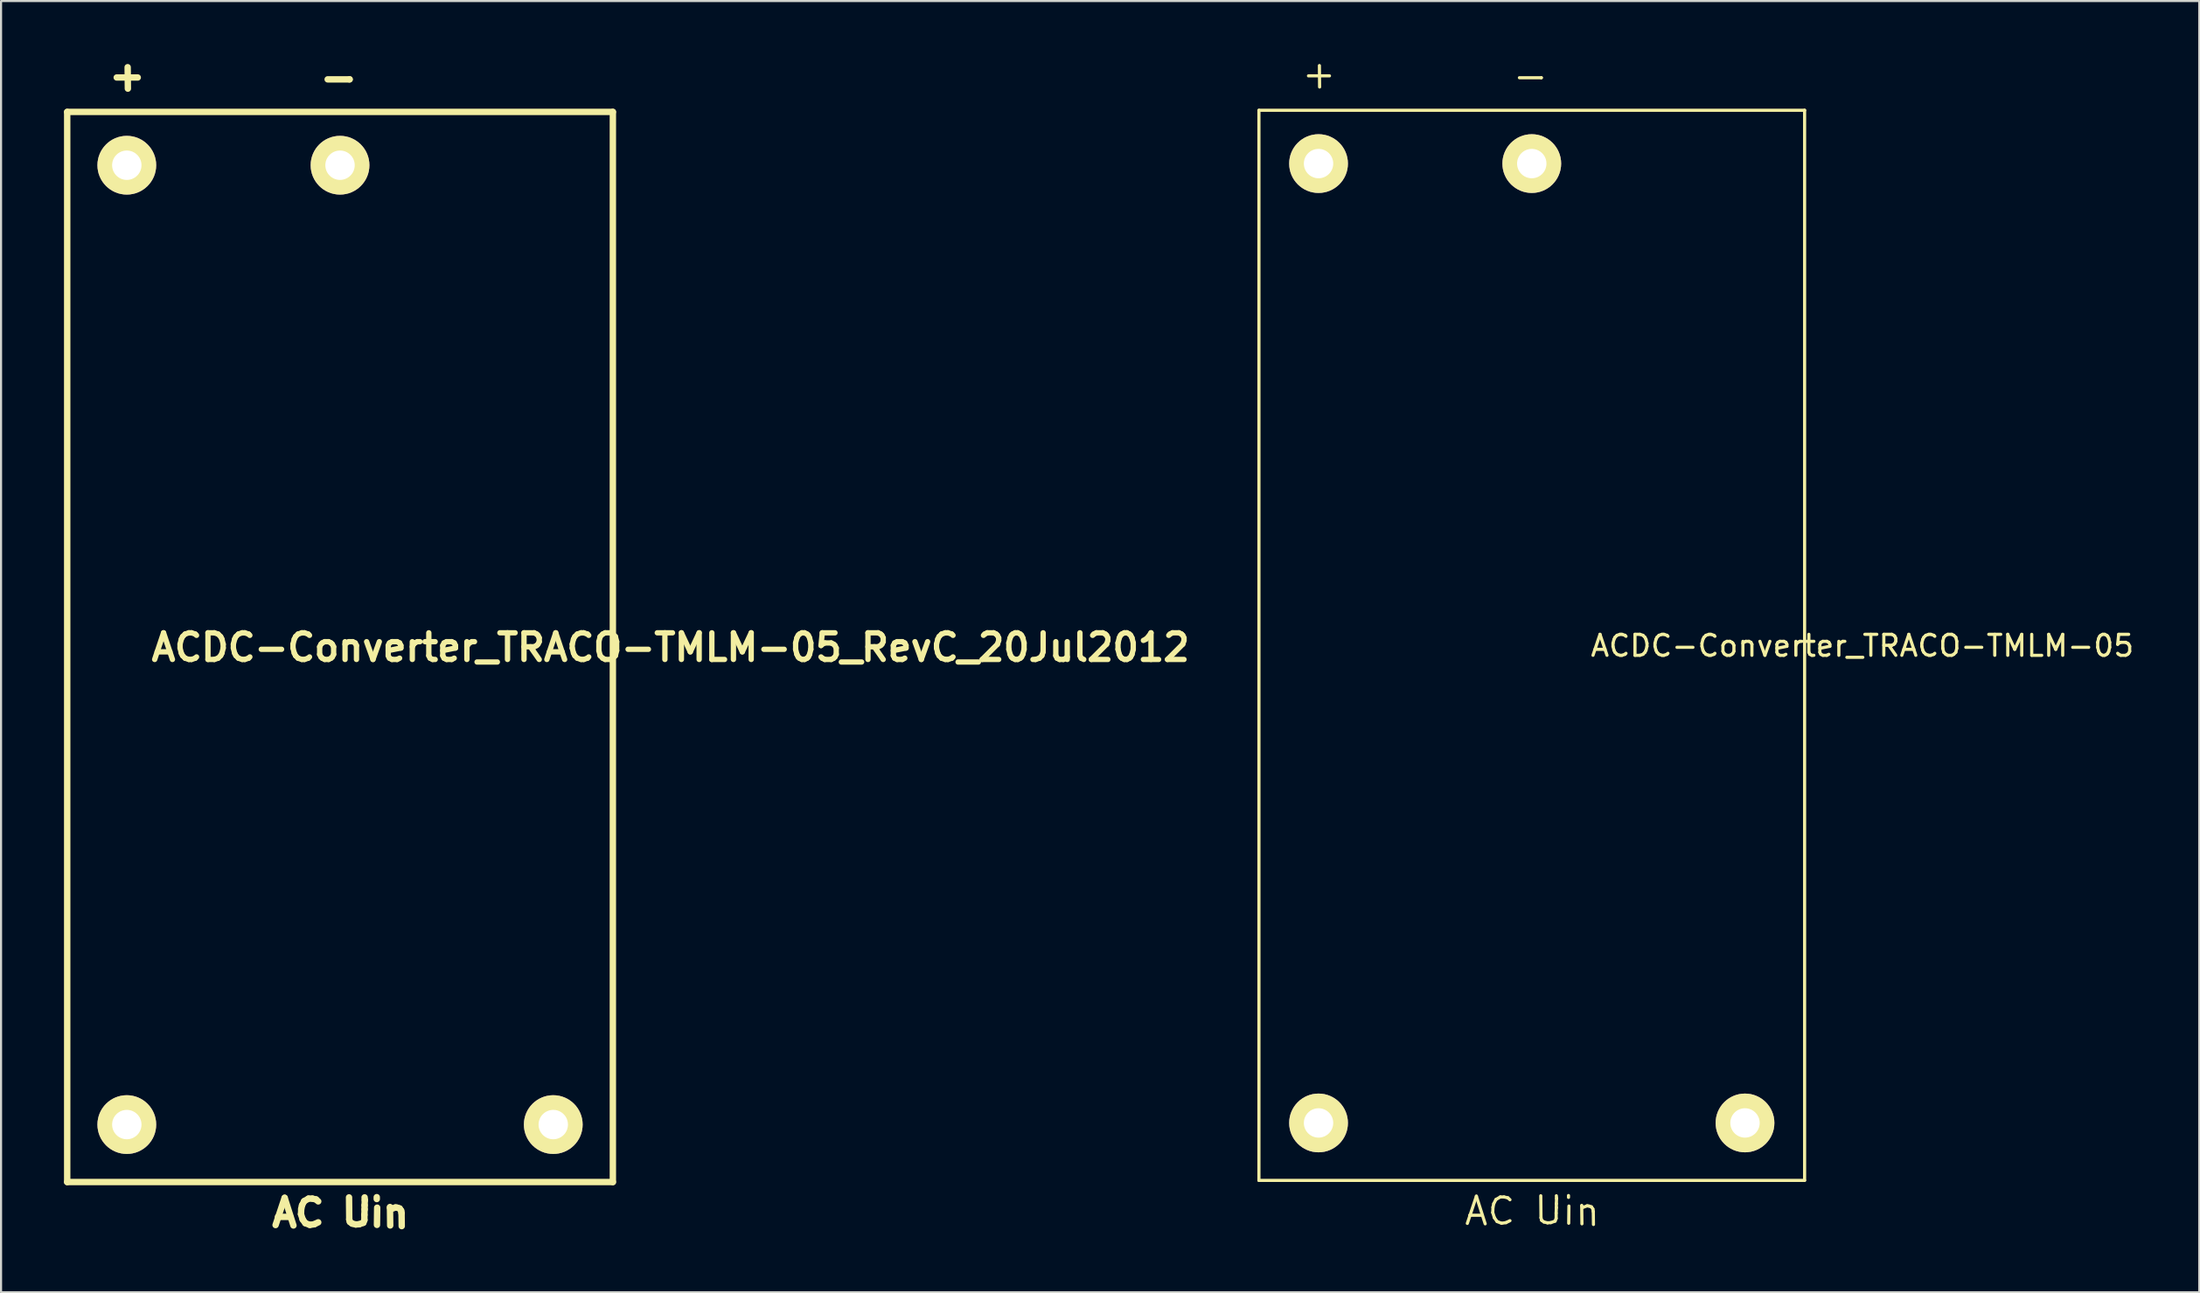
<source format=kicad_pcb>
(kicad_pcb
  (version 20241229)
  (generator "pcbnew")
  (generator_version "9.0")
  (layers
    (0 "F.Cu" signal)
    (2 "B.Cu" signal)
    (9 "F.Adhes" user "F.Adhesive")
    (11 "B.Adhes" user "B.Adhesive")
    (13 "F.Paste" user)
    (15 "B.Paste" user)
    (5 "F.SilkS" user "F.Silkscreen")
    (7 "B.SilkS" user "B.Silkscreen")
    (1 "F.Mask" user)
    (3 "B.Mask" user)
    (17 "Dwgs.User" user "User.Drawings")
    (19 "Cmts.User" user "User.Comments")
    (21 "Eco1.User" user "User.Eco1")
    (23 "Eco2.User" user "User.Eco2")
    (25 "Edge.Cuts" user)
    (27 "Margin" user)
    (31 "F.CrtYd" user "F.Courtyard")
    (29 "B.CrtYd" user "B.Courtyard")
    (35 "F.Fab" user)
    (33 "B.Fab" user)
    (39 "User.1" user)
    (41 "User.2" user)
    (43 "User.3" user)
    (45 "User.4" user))
  (footprint "ACDC-Converter_TRACO-TMLM-05"
    (layer "F.Cu")
    (at 69.936 27.705)
    (property "Reference" "ACDC-Converter_TRACO-TMLM-05" (at 15.751 0.02 0) (layer "F.SilkS") (effects (font (size 1 1) (thickness 0.15))))
    (attr through_hole)
    (fp_line (start -13 -25.499) (end 13 -25.499) (stroke (width 0.15) (type solid)) (layer "F.SilkS"))
    (fp_line (start -13 25.499) (end -13 -25.499) (stroke (width 0.15) (type solid)) (layer "F.SilkS"))
    (fp_line (start -10.64 -27.14) (end -9.639 -27.14) (stroke (width 0.15) (type solid)) (layer "F.SilkS"))
    (fp_line (start -10.119 -27.63) (end -10.109 -26.609) (stroke (width 0.15) (type solid)) (layer "F.SilkS"))
    (fp_line (start -3.071 27.549) (end -2.639 26.251) (stroke (width 0.15) (type solid)) (layer "F.SilkS"))
    (fp_line (start -2.959 27.16) (end -2.37 27.16) (stroke (width 0.15) (type solid)) (layer "F.SilkS"))
    (fp_line (start -2.639 26.251) (end -2.22 27.569) (stroke (width 0.15) (type solid)) (layer "F.SilkS"))
    (fp_line (start -1.859 27.031) (end -1.781 27.28) (stroke (width 0.15) (type solid)) (layer "F.SilkS"))
    (fp_line (start -1.849 26.779) (end -1.859 27.031) (stroke (width 0.15) (type solid)) (layer "F.SilkS"))
    (fp_line (start -1.811 26.609) (end -1.849 26.779) (stroke (width 0.15) (type solid)) (layer "F.SilkS"))
    (fp_line (start -1.781 27.28) (end -1.651 27.46) (stroke (width 0.15) (type solid)) (layer "F.SilkS"))
    (fp_line (start -1.709 26.411) (end -1.811 26.609) (stroke (width 0.15) (type solid)) (layer "F.SilkS"))
    (fp_line (start -1.651 27.46) (end -1.44 27.541) (stroke (width 0.15) (type solid)) (layer "F.SilkS"))
    (fp_line (start -1.501 26.289) (end -1.709 26.411) (stroke (width 0.15) (type solid)) (layer "F.SilkS"))
    (fp_line (start -1.44 27.541) (end -1.229 27.511) (stroke (width 0.15) (type solid)) (layer "F.SilkS"))
    (fp_line (start -1.321 26.289) (end -1.501 26.289) (stroke (width 0.15) (type solid)) (layer "F.SilkS"))
    (fp_line (start -1.229 27.511) (end -1.039 27.419) (stroke (width 0.15) (type solid)) (layer "F.SilkS"))
    (fp_line (start -1.14 26.33) (end -1.321 26.289) (stroke (width 0.15) (type solid)) (layer "F.SilkS"))
    (fp_line (start -1.039 26.421) (end -1.14 26.33) (stroke (width 0.15) (type solid)) (layer "F.SilkS"))
    (fp_line (start -0.589 -27.051) (end 0.45 -27.051) (stroke (width 0.15) (type solid)) (layer "F.SilkS"))
    (fp_line (start 0.429 26.231) (end 0.439 27.28) (stroke (width 0.15) (type solid)) (layer "F.SilkS"))
    (fp_line (start 0.439 27.28) (end 0.47 27.399) (stroke (width 0.15) (type solid)) (layer "F.SilkS"))
    (fp_line (start 0.45 -27.051) (end 0.46 -27.051) (stroke (width 0.15) (type solid)) (layer "F.SilkS"))
    (fp_line (start 0.47 27.399) (end 0.579 27.48) (stroke (width 0.15) (type solid)) (layer "F.SilkS"))
    (fp_line (start 0.579 27.48) (end 0.749 27.521) (stroke (width 0.15) (type solid)) (layer "F.SilkS"))
    (fp_line (start 0.749 27.521) (end 0.909 27.511) (stroke (width 0.15) (type solid)) (layer "F.SilkS"))
    (fp_line (start 0.909 27.511) (end 1.11 27.44) (stroke (width 0.15) (type solid)) (layer "F.SilkS"))
    (fp_line (start 1.11 27.44) (end 1.161 27.31) (stroke (width 0.15) (type solid)) (layer "F.SilkS"))
    (fp_line (start 1.161 27.061) (end 1.171 26.8) (stroke (width 0.15) (type solid)) (layer "F.SilkS"))
    (fp_line (start 1.161 27.31) (end 1.161 27.061) (stroke (width 0.15) (type solid)) (layer "F.SilkS"))
    (fp_line (start 1.171 26.609) (end 1.181 26.36) (stroke (width 0.15) (type solid)) (layer "F.SilkS"))
    (fp_line (start 1.171 26.8) (end 1.171 26.609) (stroke (width 0.15) (type solid)) (layer "F.SilkS"))
    (fp_line (start 1.181 26.36) (end 1.171 26.231) (stroke (width 0.15) (type solid)) (layer "F.SilkS"))
    (fp_line (start 1.75 26.22) (end 1.75 26.309) (stroke (width 0.15) (type solid)) (layer "F.SilkS"))
    (fp_line (start 1.77 26.721) (end 1.76 27.541) (stroke (width 0.15) (type solid)) (layer "F.SilkS"))
    (fp_line (start 2.38 26.721) (end 2.38 26.69) (stroke (width 0.15) (type solid)) (layer "F.SilkS"))
    (fp_line (start 2.39 27.569) (end 2.38 26.721) (stroke (width 0.15) (type solid)) (layer "F.SilkS"))
    (fp_line (start 2.639 26.711) (end 2.431 26.789) (stroke (width 0.15) (type solid)) (layer "F.SilkS"))
    (fp_line (start 2.72 26.721) (end 2.639 26.711) (stroke (width 0.15) (type solid)) (layer "F.SilkS"))
    (fp_line (start 2.84 26.759) (end 2.72 26.721) (stroke (width 0.15) (type solid)) (layer "F.SilkS"))
    (fp_line (start 2.911 26.86) (end 2.84 26.759) (stroke (width 0.15) (type solid)) (layer "F.SilkS"))
    (fp_line (start 2.931 26.98) (end 2.911 26.86) (stroke (width 0.15) (type solid)) (layer "F.SilkS"))
    (fp_line (start 2.939 27.6) (end 2.931 26.98) (stroke (width 0.15) (type solid)) (layer "F.SilkS"))
    (fp_line (start 13 -25.499) (end 13 25.499) (stroke (width 0.15) (type solid)) (layer "F.SilkS"))
    (fp_line (start 13 25.499) (end -13 25.499) (stroke (width 0.15) (type solid)) (layer "F.SilkS"))
    (pad "1" thru_hole circle (at 0 -22.959) (size 2.799 2.799) (drill 1.4) (layers "*.Cu" "*.Mask" "F.SilkS"))
    (pad "2" thru_hole circle (at -10.16 -22.959) (size 2.799 2.799) (drill 1.4) (layers "*.Cu" "*.Mask" "F.SilkS"))
    (pad "3" thru_hole circle (at -10.16 22.761) (size 2.799 2.799) (drill 1.4) (layers "*.Cu" "*.Mask" "F.SilkS"))
    (pad "4" thru_hole circle (at 10.16 22.761) (size 2.799 2.799) (drill 1.4) (layers "*.Cu" "*.Mask" "F.SilkS")))
  (footprint "ACDC-Converter_TRACO-TMLM-05_RevC_20Jul2012"
    (layer "F.Cu")
    (at 13.152 27.783)
    (property "Reference" "ACDC-Converter_TRACO-TMLM-05_RevC_20Jul2012" (at 15.751 0.02 0) (layer "F.SilkS") (effects (font (size 1.27 1.27) (thickness 0.254))))
    (attr through_hole)
    (fp_line (start -13 -25.499) (end 13 -25.499) (stroke (width 0.305) (type solid)) (layer "F.SilkS"))
    (fp_line (start -13 25.499) (end -13 -25.499) (stroke (width 0.305) (type solid)) (layer "F.SilkS"))
    (fp_line (start -10.64 -27.14) (end -9.639 -27.14) (stroke (width 0.305) (type solid)) (layer "F.SilkS"))
    (fp_line (start -10.119 -27.63) (end -10.109 -26.609) (stroke (width 0.305) (type solid)) (layer "F.SilkS"))
    (fp_line (start -3.071 27.549) (end -2.639 26.251) (stroke (width 0.305) (type solid)) (layer "F.SilkS"))
    (fp_line (start -2.959 27.16) (end -2.37 27.16) (stroke (width 0.305) (type solid)) (layer "F.SilkS"))
    (fp_line (start -2.639 26.251) (end -2.22 27.569) (stroke (width 0.305) (type solid)) (layer "F.SilkS"))
    (fp_line (start -1.859 27.031) (end -1.781 27.28) (stroke (width 0.305) (type solid)) (layer "F.SilkS"))
    (fp_line (start -1.849 26.779) (end -1.859 27.031) (stroke (width 0.305) (type solid)) (layer "F.SilkS"))
    (fp_line (start -1.811 26.609) (end -1.849 26.779) (stroke (width 0.305) (type solid)) (layer "F.SilkS"))
    (fp_line (start -1.781 27.28) (end -1.651 27.46) (stroke (width 0.305) (type solid)) (layer "F.SilkS"))
    (fp_line (start -1.709 26.411) (end -1.811 26.609) (stroke (width 0.305) (type solid)) (layer "F.SilkS"))
    (fp_line (start -1.651 27.46) (end -1.44 27.541) (stroke (width 0.305) (type solid)) (layer "F.SilkS"))
    (fp_line (start -1.501 26.289) (end -1.709 26.411) (stroke (width 0.305) (type solid)) (layer "F.SilkS"))
    (fp_line (start -1.44 27.541) (end -1.229 27.511) (stroke (width 0.305) (type solid)) (layer "F.SilkS"))
    (fp_line (start -1.321 26.289) (end -1.501 26.289) (stroke (width 0.305) (type solid)) (layer "F.SilkS"))
    (fp_line (start -1.229 27.511) (end -1.039 27.419) (stroke (width 0.305) (type solid)) (layer "F.SilkS"))
    (fp_line (start -1.14 26.33) (end -1.321 26.289) (stroke (width 0.305) (type solid)) (layer "F.SilkS"))
    (fp_line (start -1.039 26.421) (end -1.14 26.33) (stroke (width 0.305) (type solid)) (layer "F.SilkS"))
    (fp_line (start -0.589 -27.051) (end 0.45 -27.051) (stroke (width 0.305) (type solid)) (layer "F.SilkS"))
    (fp_line (start 0.429 26.231) (end 0.439 27.28) (stroke (width 0.305) (type solid)) (layer "F.SilkS"))
    (fp_line (start 0.439 27.28) (end 0.47 27.399) (stroke (width 0.305) (type solid)) (layer "F.SilkS"))
    (fp_line (start 0.45 -27.051) (end 0.46 -27.051) (stroke (width 0.305) (type solid)) (layer "F.SilkS"))
    (fp_line (start 0.47 27.399) (end 0.579 27.48) (stroke (width 0.305) (type solid)) (layer "F.SilkS"))
    (fp_line (start 0.579 27.48) (end 0.749 27.521) (stroke (width 0.305) (type solid)) (layer "F.SilkS"))
    (fp_line (start 0.749 27.521) (end 0.909 27.511) (stroke (width 0.305) (type solid)) (layer "F.SilkS"))
    (fp_line (start 0.909 27.511) (end 1.11 27.44) (stroke (width 0.305) (type solid)) (layer "F.SilkS"))
    (fp_line (start 1.11 27.44) (end 1.161 27.31) (stroke (width 0.305) (type solid)) (layer "F.SilkS"))
    (fp_line (start 1.161 27.061) (end 1.171 26.8) (stroke (width 0.305) (type solid)) (layer "F.SilkS"))
    (fp_line (start 1.161 27.31) (end 1.161 27.061) (stroke (width 0.305) (type solid)) (layer "F.SilkS"))
    (fp_line (start 1.171 26.609) (end 1.181 26.36) (stroke (width 0.305) (type solid)) (layer "F.SilkS"))
    (fp_line (start 1.171 26.8) (end 1.171 26.609) (stroke (width 0.305) (type solid)) (layer "F.SilkS"))
    (fp_line (start 1.181 26.36) (end 1.171 26.231) (stroke (width 0.305) (type solid)) (layer "F.SilkS"))
    (fp_line (start 1.75 26.22) (end 1.75 26.309) (stroke (width 0.305) (type solid)) (layer "F.SilkS"))
    (fp_line (start 1.77 26.721) (end 1.76 27.541) (stroke (width 0.305) (type solid)) (layer "F.SilkS"))
    (fp_line (start 2.38 26.721) (end 2.38 26.69) (stroke (width 0.305) (type solid)) (layer "F.SilkS"))
    (fp_line (start 2.39 27.569) (end 2.38 26.721) (stroke (width 0.305) (type solid)) (layer "F.SilkS"))
    (fp_line (start 2.639 26.711) (end 2.431 26.789) (stroke (width 0.305) (type solid)) (layer "F.SilkS"))
    (fp_line (start 2.72 26.721) (end 2.639 26.711) (stroke (width 0.305) (type solid)) (layer "F.SilkS"))
    (fp_line (start 2.84 26.759) (end 2.72 26.721) (stroke (width 0.305) (type solid)) (layer "F.SilkS"))
    (fp_line (start 2.911 26.86) (end 2.84 26.759) (stroke (width 0.305) (type solid)) (layer "F.SilkS"))
    (fp_line (start 2.931 26.98) (end 2.911 26.86) (stroke (width 0.305) (type solid)) (layer "F.SilkS"))
    (fp_line (start 2.939 27.6) (end 2.931 26.98) (stroke (width 0.305) (type solid)) (layer "F.SilkS"))
    (fp_line (start 13 -25.499) (end 13 25.499) (stroke (width 0.305) (type solid)) (layer "F.SilkS"))
    (fp_line (start 13 25.499) (end -13 25.499) (stroke (width 0.305) (type solid)) (layer "F.SilkS"))
    (pad "1" thru_hole circle (at 0 -22.959) (size 2.799 2.799) (drill 1.4) (layers "*.Cu" "*.Mask" "F.SilkS"))
    (pad "2" thru_hole circle (at -10.16 -22.959) (size 2.799 2.799) (drill 1.4) (layers "*.Cu" "*.Mask" "F.SilkS"))
    (pad "3" thru_hole circle (at -10.16 22.761) (size 2.799 2.799) (drill 1.4) (layers "*.Cu" "*.Mask" "F.SilkS"))
    (pad "4" thru_hole circle (at 10.16 22.761) (size 2.799 2.799) (drill 1.4) (layers "*.Cu" "*.Mask" "F.SilkS")))
  (gr_rect
    (start -3 -3)
    (end 101.74 58.535)
    (stroke (width 0.1) (type default))
    (fill no)
    (layer "Edge.Cuts")))
</source>
